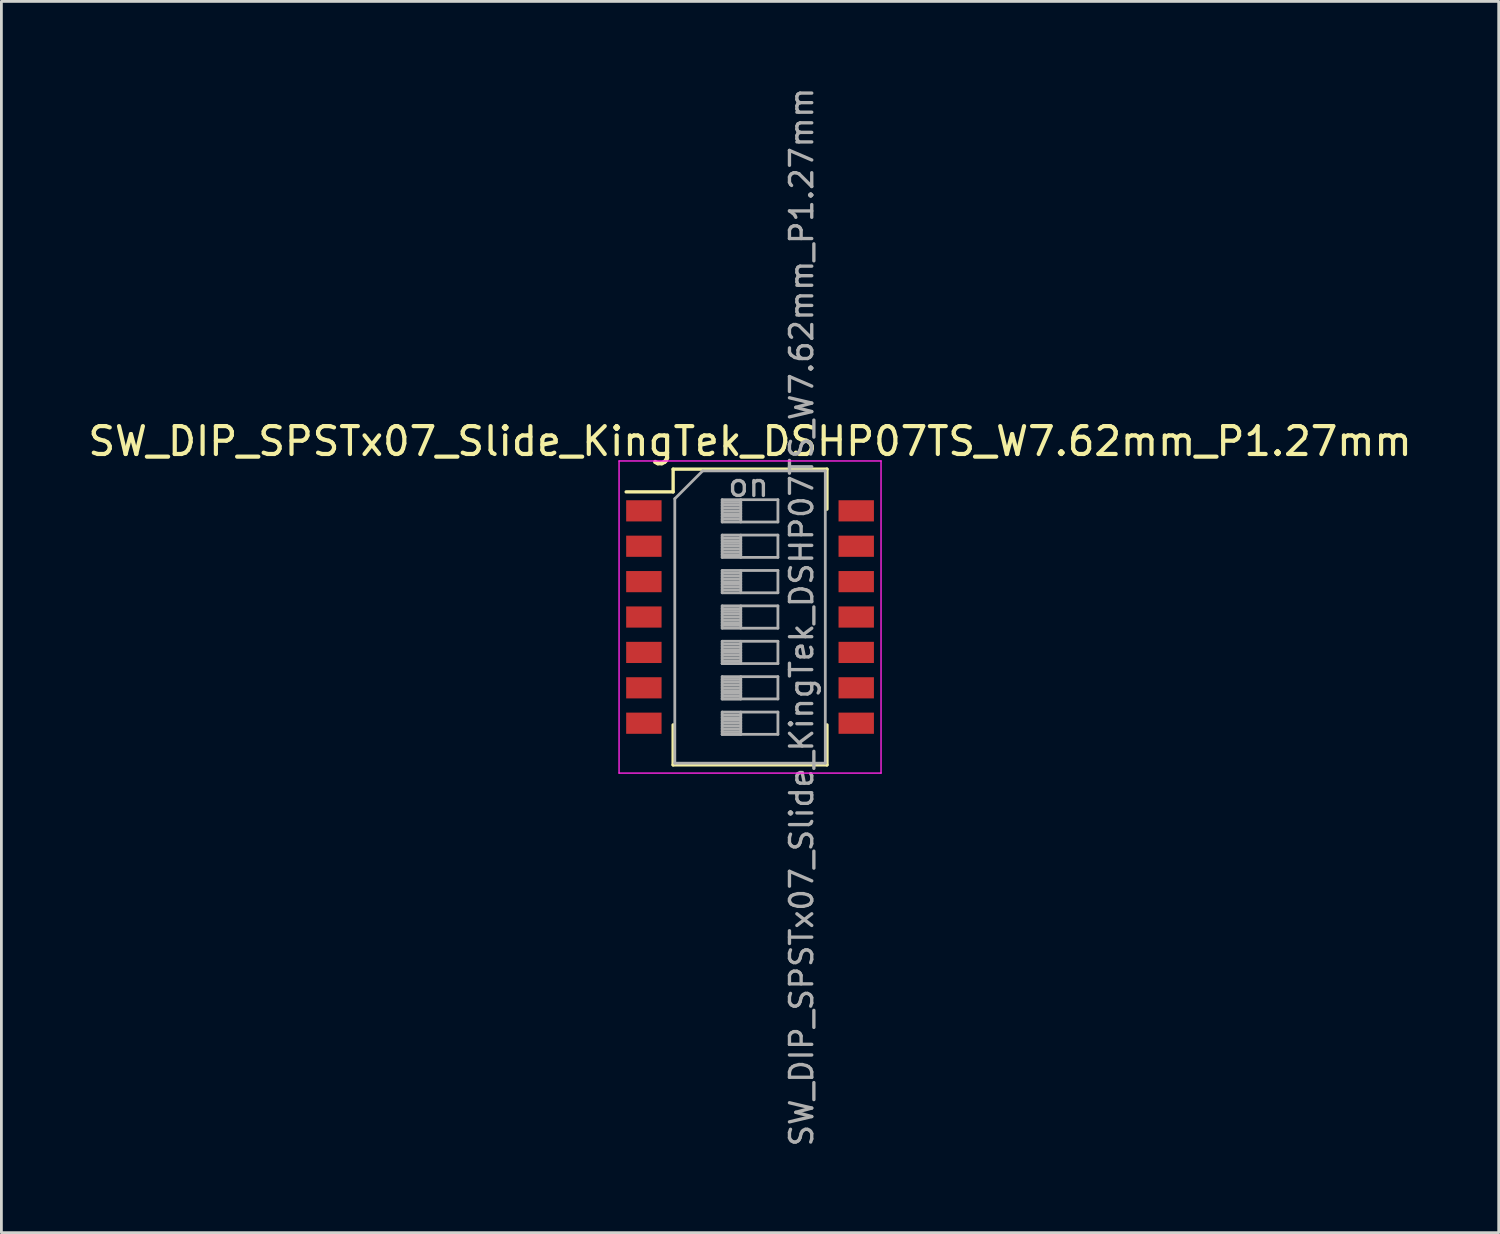
<source format=kicad_pcb>
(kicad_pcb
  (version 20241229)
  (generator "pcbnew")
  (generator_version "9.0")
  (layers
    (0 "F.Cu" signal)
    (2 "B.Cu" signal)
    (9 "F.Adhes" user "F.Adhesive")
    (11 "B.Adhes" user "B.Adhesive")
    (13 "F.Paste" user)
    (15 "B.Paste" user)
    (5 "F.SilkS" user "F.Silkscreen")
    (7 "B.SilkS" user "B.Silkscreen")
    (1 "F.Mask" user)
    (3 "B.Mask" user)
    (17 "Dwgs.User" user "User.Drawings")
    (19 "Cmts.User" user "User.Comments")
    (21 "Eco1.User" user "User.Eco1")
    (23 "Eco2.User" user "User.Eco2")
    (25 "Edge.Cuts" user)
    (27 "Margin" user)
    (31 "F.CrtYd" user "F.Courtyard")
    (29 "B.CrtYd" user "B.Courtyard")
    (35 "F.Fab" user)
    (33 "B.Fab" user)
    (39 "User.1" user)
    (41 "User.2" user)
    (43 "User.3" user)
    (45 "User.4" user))
  (footprint "SW_DIP_SPSTx07_Slide_KingTek_DSHP07TS_W7.62mm_P1.27mm"
    (layer "F.Cu")
    (at 23.863 19.09)
    (property "Reference" "SW_DIP_SPSTx07_Slide_KingTek_DSHP07TS_W7.62mm_P1.27mm" (at 0 -6.305 0) (layer "F.SilkS") (effects (font (size 1 1) (thickness 0.15))))
    (attr smd)
    (fp_line (start -4.446 -4.49) (end -2.76 -4.49) (stroke (width 0.12) (type solid)) (layer "F.SilkS"))
    (fp_line (start -2.76 -5.306) (end -2.76 -4.49) (stroke (width 0.12) (type solid)) (layer "F.SilkS"))
    (fp_line (start -2.76 -5.306) (end 2.76 -5.306) (stroke (width 0.12) (type solid)) (layer "F.SilkS"))
    (fp_line (start -2.76 3.87) (end -2.76 5.305) (stroke (width 0.12) (type solid)) (layer "F.SilkS"))
    (fp_line (start -2.76 5.305) (end 2.76 5.305) (stroke (width 0.12) (type solid)) (layer "F.SilkS"))
    (fp_line (start 2.76 -5.306) (end 2.76 -3.871) (stroke (width 0.12) (type solid)) (layer "F.SilkS"))
    (fp_line (start 2.76 3.87) (end 2.76 5.305) (stroke (width 0.12) (type solid)) (layer "F.SilkS"))
    (fp_line (start -4.7 -5.6) (end -4.7 5.6) (stroke (width 0.05) (type solid)) (layer "F.CrtYd"))
    (fp_line (start -4.7 5.6) (end 4.7 5.6) (stroke (width 0.05) (type solid)) (layer "F.CrtYd"))
    (fp_line (start 4.7 -5.6) (end -4.7 -5.6) (stroke (width 0.05) (type solid)) (layer "F.CrtYd"))
    (fp_line (start 4.7 5.6) (end 4.7 -5.6) (stroke (width 0.05) (type solid)) (layer "F.CrtYd"))
    (fp_line (start -2.7 -4.245) (end -1.7 -5.245) (stroke (width 0.1) (type solid)) (layer "F.Fab"))
    (fp_line (start -2.7 5.245) (end -2.7 -4.245) (stroke (width 0.1) (type solid)) (layer "F.Fab"))
    (fp_line (start -1.7 -5.245) (end 2.7 -5.245) (stroke (width 0.1) (type solid)) (layer "F.Fab"))
    (fp_line (start -1 -4.21) (end -1 -3.41) (stroke (width 0.1) (type solid)) (layer "F.Fab"))
    (fp_line (start -1 -4.11) (end -0.333 -4.11) (stroke (width 0.1) (type solid)) (layer "F.Fab"))
    (fp_line (start -1 -4.01) (end -0.333 -4.01) (stroke (width 0.1) (type solid)) (layer "F.Fab"))
    (fp_line (start -1 -3.91) (end -0.333 -3.91) (stroke (width 0.1) (type solid)) (layer "F.Fab"))
    (fp_line (start -1 -3.81) (end -0.333 -3.81) (stroke (width 0.1) (type solid)) (layer "F.Fab"))
    (fp_line (start -1 -3.71) (end -0.333 -3.71) (stroke (width 0.1) (type solid)) (layer "F.Fab"))
    (fp_line (start -1 -3.61) (end -0.333 -3.61) (stroke (width 0.1) (type solid)) (layer "F.Fab"))
    (fp_line (start -1 -3.51) (end -0.333 -3.51) (stroke (width 0.1) (type solid)) (layer "F.Fab"))
    (fp_line (start -1 -3.41) (end 1 -3.41) (stroke (width 0.1) (type solid)) (layer "F.Fab"))
    (fp_line (start -1 -2.94) (end -1 -2.14) (stroke (width 0.1) (type solid)) (layer "F.Fab"))
    (fp_line (start -1 -2.84) (end -0.333 -2.84) (stroke (width 0.1) (type solid)) (layer "F.Fab"))
    (fp_line (start -1 -2.74) (end -0.333 -2.74) (stroke (width 0.1) (type solid)) (layer "F.Fab"))
    (fp_line (start -1 -2.64) (end -0.333 -2.64) (stroke (width 0.1) (type solid)) (layer "F.Fab"))
    (fp_line (start -1 -2.54) (end -0.333 -2.54) (stroke (width 0.1) (type solid)) (layer "F.Fab"))
    (fp_line (start -1 -2.44) (end -0.333 -2.44) (stroke (width 0.1) (type solid)) (layer "F.Fab"))
    (fp_line (start -1 -2.34) (end -0.333 -2.34) (stroke (width 0.1) (type solid)) (layer "F.Fab"))
    (fp_line (start -1 -2.24) (end -0.333 -2.24) (stroke (width 0.1) (type solid)) (layer "F.Fab"))
    (fp_line (start -1 -2.14) (end 1 -2.14) (stroke (width 0.1) (type solid)) (layer "F.Fab"))
    (fp_line (start -1 -1.67) (end -1 -0.87) (stroke (width 0.1) (type solid)) (layer "F.Fab"))
    (fp_line (start -1 -1.57) (end -0.333 -1.57) (stroke (width 0.1) (type solid)) (layer "F.Fab"))
    (fp_line (start -1 -1.47) (end -0.333 -1.47) (stroke (width 0.1) (type solid)) (layer "F.Fab"))
    (fp_line (start -1 -1.37) (end -0.333 -1.37) (stroke (width 0.1) (type solid)) (layer "F.Fab"))
    (fp_line (start -1 -1.27) (end -0.333 -1.27) (stroke (width 0.1) (type solid)) (layer "F.Fab"))
    (fp_line (start -1 -1.17) (end -0.333 -1.17) (stroke (width 0.1) (type solid)) (layer "F.Fab"))
    (fp_line (start -1 -1.07) (end -0.333 -1.07) (stroke (width 0.1) (type solid)) (layer "F.Fab"))
    (fp_line (start -1 -0.97) (end -0.333 -0.97) (stroke (width 0.1) (type solid)) (layer "F.Fab"))
    (fp_line (start -1 -0.87) (end 1 -0.87) (stroke (width 0.1) (type solid)) (layer "F.Fab"))
    (fp_line (start -1 -0.4) (end -1 0.4) (stroke (width 0.1) (type solid)) (layer "F.Fab"))
    (fp_line (start -1 -0.3) (end -0.333 -0.3) (stroke (width 0.1) (type solid)) (layer "F.Fab"))
    (fp_line (start -1 -0.2) (end -0.333 -0.2) (stroke (width 0.1) (type solid)) (layer "F.Fab"))
    (fp_line (start -1 -0.1) (end -0.333 -0.1) (stroke (width 0.1) (type solid)) (layer "F.Fab"))
    (fp_line (start -1 0) (end -0.333 0) (stroke (width 0.1) (type solid)) (layer "F.Fab"))
    (fp_line (start -1 0.1) (end -0.333 0.1) (stroke (width 0.1) (type solid)) (layer "F.Fab"))
    (fp_line (start -1 0.2) (end -0.333 0.2) (stroke (width 0.1) (type solid)) (layer "F.Fab"))
    (fp_line (start -1 0.3) (end -0.333 0.3) (stroke (width 0.1) (type solid)) (layer "F.Fab"))
    (fp_line (start -1 0.4) (end 1 0.4) (stroke (width 0.1) (type solid)) (layer "F.Fab"))
    (fp_line (start -1 0.87) (end -1 1.67) (stroke (width 0.1) (type solid)) (layer "F.Fab"))
    (fp_line (start -1 0.97) (end -0.333 0.97) (stroke (width 0.1) (type solid)) (layer "F.Fab"))
    (fp_line (start -1 1.07) (end -0.333 1.07) (stroke (width 0.1) (type solid)) (layer "F.Fab"))
    (fp_line (start -1 1.17) (end -0.333 1.17) (stroke (width 0.1) (type solid)) (layer "F.Fab"))
    (fp_line (start -1 1.27) (end -0.333 1.27) (stroke (width 0.1) (type solid)) (layer "F.Fab"))
    (fp_line (start -1 1.37) (end -0.333 1.37) (stroke (width 0.1) (type solid)) (layer "F.Fab"))
    (fp_line (start -1 1.47) (end -0.333 1.47) (stroke (width 0.1) (type solid)) (layer "F.Fab"))
    (fp_line (start -1 1.57) (end -0.333 1.57) (stroke (width 0.1) (type solid)) (layer "F.Fab"))
    (fp_line (start -1 1.67) (end -0.333 1.67) (stroke (width 0.1) (type solid)) (layer "F.Fab"))
    (fp_line (start -1 1.67) (end 1 1.67) (stroke (width 0.1) (type solid)) (layer "F.Fab"))
    (fp_line (start -1 2.14) (end -1 2.94) (stroke (width 0.1) (type solid)) (layer "F.Fab"))
    (fp_line (start -1 2.24) (end -0.333 2.24) (stroke (width 0.1) (type solid)) (layer "F.Fab"))
    (fp_line (start -1 2.34) (end -0.333 2.34) (stroke (width 0.1) (type solid)) (layer "F.Fab"))
    (fp_line (start -1 2.44) (end -0.333 2.44) (stroke (width 0.1) (type solid)) (layer "F.Fab"))
    (fp_line (start -1 2.54) (end -0.333 2.54) (stroke (width 0.1) (type solid)) (layer "F.Fab"))
    (fp_line (start -1 2.64) (end -0.333 2.64) (stroke (width 0.1) (type solid)) (layer "F.Fab"))
    (fp_line (start -1 2.74) (end -0.333 2.74) (stroke (width 0.1) (type solid)) (layer "F.Fab"))
    (fp_line (start -1 2.84) (end -0.333 2.84) (stroke (width 0.1) (type solid)) (layer "F.Fab"))
    (fp_line (start -1 2.94) (end -0.333 2.94) (stroke (width 0.1) (type solid)) (layer "F.Fab"))
    (fp_line (start -1 2.94) (end 1 2.94) (stroke (width 0.1) (type solid)) (layer "F.Fab"))
    (fp_line (start -1 3.41) (end -1 4.21) (stroke (width 0.1) (type solid)) (layer "F.Fab"))
    (fp_line (start -1 3.51) (end -0.333 3.51) (stroke (width 0.1) (type solid)) (layer "F.Fab"))
    (fp_line (start -1 3.61) (end -0.333 3.61) (stroke (width 0.1) (type solid)) (layer "F.Fab"))
    (fp_line (start -1 3.71) (end -0.333 3.71) (stroke (width 0.1) (type solid)) (layer "F.Fab"))
    (fp_line (start -1 3.81) (end -0.333 3.81) (stroke (width 0.1) (type solid)) (layer "F.Fab"))
    (fp_line (start -1 3.91) (end -0.333 3.91) (stroke (width 0.1) (type solid)) (layer "F.Fab"))
    (fp_line (start -1 4.01) (end -0.333 4.01) (stroke (width 0.1) (type solid)) (layer "F.Fab"))
    (fp_line (start -1 4.11) (end -0.333 4.11) (stroke (width 0.1) (type solid)) (layer "F.Fab"))
    (fp_line (start -1 4.21) (end -0.333 4.21) (stroke (width 0.1) (type solid)) (layer "F.Fab"))
    (fp_line (start -1 4.21) (end 1 4.21) (stroke (width 0.1) (type solid)) (layer "F.Fab"))
    (fp_line (start -0.333 -4.21) (end -0.333 -3.41) (stroke (width 0.1) (type solid)) (layer "F.Fab"))
    (fp_line (start -0.333 -2.94) (end -0.333 -2.14) (stroke (width 0.1) (type solid)) (layer "F.Fab"))
    (fp_line (start -0.333 -1.67) (end -0.333 -0.87) (stroke (width 0.1) (type solid)) (layer "F.Fab"))
    (fp_line (start -0.333 -0.4) (end -0.333 0.4) (stroke (width 0.1) (type solid)) (layer "F.Fab"))
    (fp_line (start -0.333 0.87) (end -0.333 1.67) (stroke (width 0.1) (type solid)) (layer "F.Fab"))
    (fp_line (start -0.333 2.14) (end -0.333 2.94) (stroke (width 0.1) (type solid)) (layer "F.Fab"))
    (fp_line (start -0.333 3.41) (end -0.333 4.21) (stroke (width 0.1) (type solid)) (layer "F.Fab"))
    (fp_line (start 1 -4.21) (end -1 -4.21) (stroke (width 0.1) (type solid)) (layer "F.Fab"))
    (fp_line (start 1 -3.41) (end 1 -4.21) (stroke (width 0.1) (type solid)) (layer "F.Fab"))
    (fp_line (start 1 -2.94) (end -1 -2.94) (stroke (width 0.1) (type solid)) (layer "F.Fab"))
    (fp_line (start 1 -2.14) (end 1 -2.94) (stroke (width 0.1) (type solid)) (layer "F.Fab"))
    (fp_line (start 1 -1.67) (end -1 -1.67) (stroke (width 0.1) (type solid)) (layer "F.Fab"))
    (fp_line (start 1 -0.87) (end 1 -1.67) (stroke (width 0.1) (type solid)) (layer "F.Fab"))
    (fp_line (start 1 -0.4) (end -1 -0.4) (stroke (width 0.1) (type solid)) (layer "F.Fab"))
    (fp_line (start 1 0.4) (end 1 -0.4) (stroke (width 0.1) (type solid)) (layer "F.Fab"))
    (fp_line (start 1 0.87) (end -1 0.87) (stroke (width 0.1) (type solid)) (layer "F.Fab"))
    (fp_line (start 1 1.67) (end 1 0.87) (stroke (width 0.1) (type solid)) (layer "F.Fab"))
    (fp_line (start 1 2.14) (end -1 2.14) (stroke (width 0.1) (type solid)) (layer "F.Fab"))
    (fp_line (start 1 2.94) (end 1 2.14) (stroke (width 0.1) (type solid)) (layer "F.Fab"))
    (fp_line (start 1 3.41) (end -1 3.41) (stroke (width 0.1) (type solid)) (layer "F.Fab"))
    (fp_line (start 1 4.21) (end 1 3.41) (stroke (width 0.1) (type solid)) (layer "F.Fab"))
    (fp_line (start 2.7 -5.245) (end 2.7 5.245) (stroke (width 0.1) (type solid)) (layer "F.Fab"))
    (fp_line (start 2.7 5.245) (end -2.7 5.245) (stroke (width 0.1) (type solid)) (layer "F.Fab"))
    (fp_text user "${REFERENCE}" (at 1.85 0 90) (layer "F.Fab") (effects (font (size 0.8 0.8) (thickness 0.12))))
    (fp_text user "on" (at -0.055 -4.728 0) (layer "F.Fab") (effects (font (size 0.8 0.8) (thickness 0.12))))
    (pad "1" smd rect (at -3.81 -3.81) (size 1.27 0.76) (layers "F.Cu" "F.Mask" "F.Paste"))
    (pad "2" smd rect (at -3.81 -2.54) (size 1.27 0.76) (layers "F.Cu" "F.Mask" "F.Paste"))
    (pad "3" smd rect (at -3.81 -1.27) (size 1.27 0.76) (layers "F.Cu" "F.Mask" "F.Paste"))
    (pad "4" smd rect (at -3.81 0) (size 1.27 0.76) (layers "F.Cu" "F.Mask" "F.Paste"))
    (pad "5" smd rect (at -3.81 1.27) (size 1.27 0.76) (layers "F.Cu" "F.Mask" "F.Paste"))
    (pad "6" smd rect (at -3.81 2.54) (size 1.27 0.76) (layers "F.Cu" "F.Mask" "F.Paste"))
    (pad "7" smd rect (at -3.81 3.81) (size 1.27 0.76) (layers "F.Cu" "F.Mask" "F.Paste"))
    (pad "8" smd rect (at 3.81 3.81) (size 1.27 0.76) (layers "F.Cu" "F.Mask" "F.Paste"))
    (pad "9" smd rect (at 3.81 2.54) (size 1.27 0.76) (layers "F.Cu" "F.Mask" "F.Paste"))
    (pad "10" smd rect (at 3.81 1.27) (size 1.27 0.76) (layers "F.Cu" "F.Mask" "F.Paste"))
    (pad "11" smd rect (at 3.81 0) (size 1.27 0.76) (layers "F.Cu" "F.Mask" "F.Paste"))
    (pad "12" smd rect (at 3.81 -1.27) (size 1.27 0.76) (layers "F.Cu" "F.Mask" "F.Paste"))
    (pad "13" smd rect (at 3.81 -2.54) (size 1.27 0.76) (layers "F.Cu" "F.Mask" "F.Paste"))
    (pad "14" smd rect (at 3.81 -3.81) (size 1.27 0.76) (layers "F.Cu" "F.Mask" "F.Paste")))
  (gr_rect
    (start -3 -3)
    (end 50.726 41.181)
    (stroke (width 0.1) (type default))
    (fill no)
    (layer "Edge.Cuts")))
</source>
